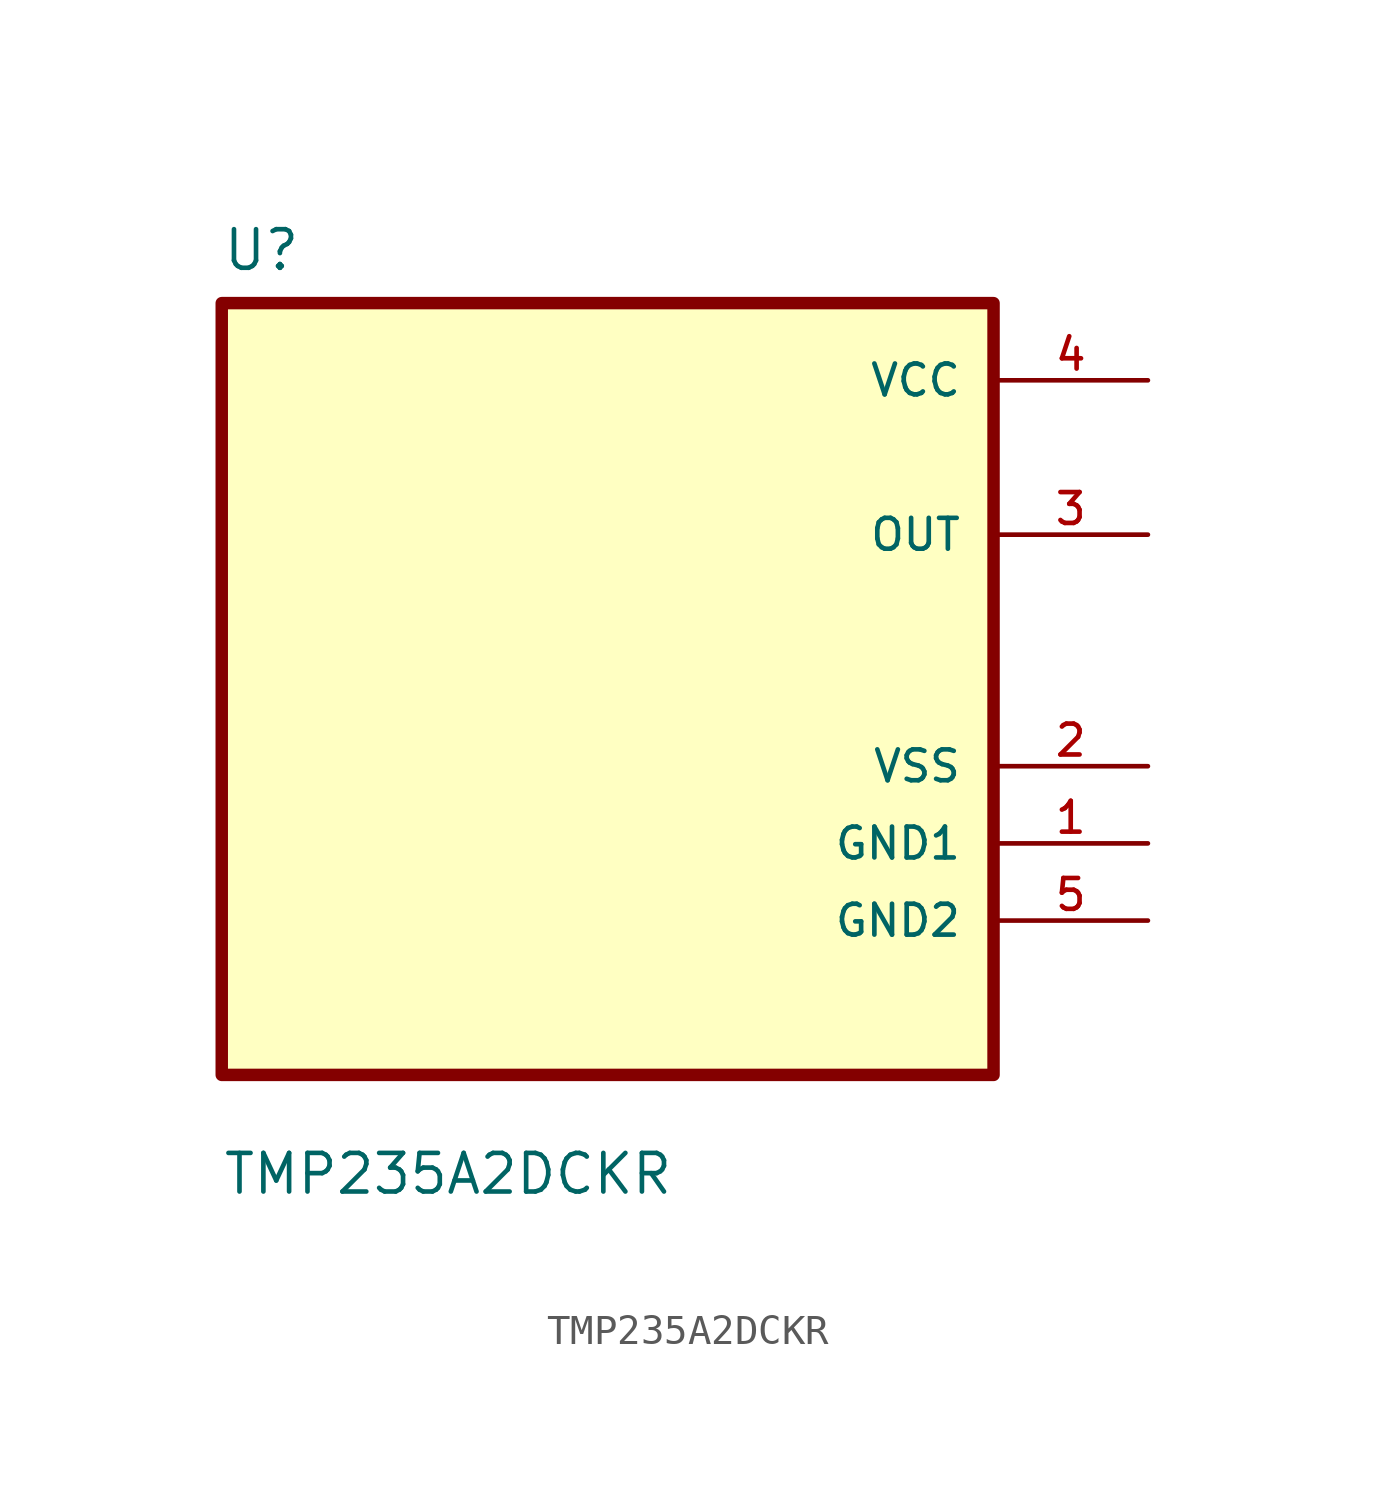
<source format=kicad_sym>
(kicad_symbol_lib
  (version 20211014)
  (generator kicad_symbol_editor)
  (symbol "TMP235A2DCKR"
    (pin_names
      (offset 1.016))
    (property "Reference" "U"
      (at -12.7 13.7 0.0)
      (effects (font (size 1.27 1.27)) (justify bottom left)))
    (property "Value" "TMP235A2DCKR"
      (at -12.7 -16.7 0.0)
      (effects (font (size 1.27 1.27)) (justify bottom left)))
    (symbol "TMP235A2DCKR_0_0"
      (rectangle (start -12.7 -12.7) (end 12.7 12.7) (stroke (width 0.41)) (fill (type background)))
      (pin power_in line (at 17.78 10.16 180.0) (length 5.08) (name "VCC" (effects (font (size 1.016 1.016)))) (number "4" (effects (font (size 1.016 1.016)))))
      (pin output line (at 17.78 5.08 180.0) (length 5.08) (name "OUT" (effects (font (size 1.016 1.016)))) (number "3" (effects (font (size 1.016 1.016)))))
      (pin power_in line (at 17.78 -2.54 180.0) (length 5.08) (name "VSS" (effects (font (size 1.016 1.016)))) (number "2" (effects (font (size 1.016 1.016)))))
      (pin power_in line (at 17.78 -5.08 180.0) (length 5.08) (name "GND1" (effects (font (size 1.016 1.016)))) (number "1" (effects (font (size 1.016 1.016)))))
      (pin power_in line (at 17.78 -7.62 180.0) (length 5.08) (name "GND2" (effects (font (size 1.016 1.016)))) (number "5" (effects (font (size 1.016 1.016))))))))
</source>
